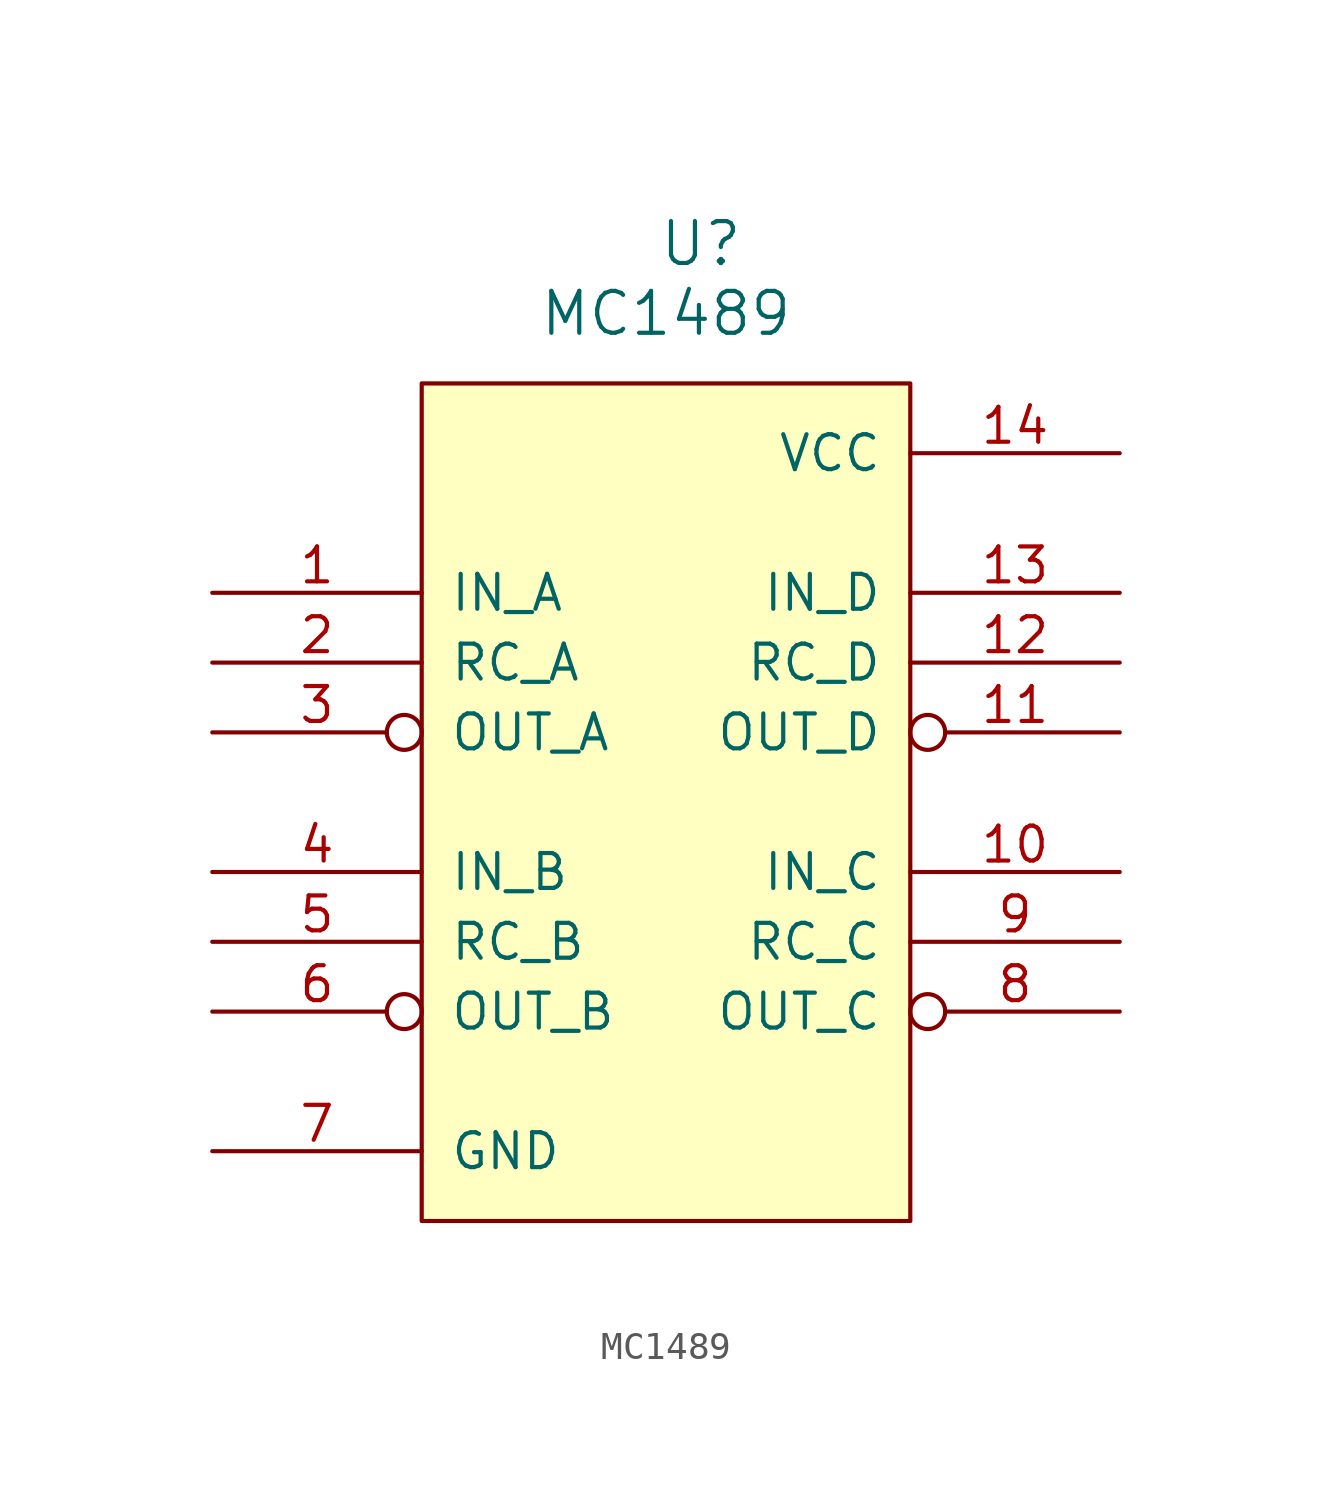
<source format=kicad_sym>
(kicad_symbol_lib
  (version 20211014)
  (generator kicad_symbol_editor)
  (symbol "MC1489"
    (pin_names
      (offset 1.016))
    (property "Reference" "U"
      (at 0 25.4 0)
      (effects (font (size 1.524 1.524))))
    (property "Value" "MC1489"
      (at -1.27 22.86 0)
      (effects (font (size 1.524 1.524))))
    (property "Footprint" ""
      (at 0 0 0)
      (effects (font (size 1.524 1.524))))
    (property "Datasheet" ""
      (at 0 0 0)
      (effects (font (size 1.524 1.524))))
    (symbol "MC1489_0_1"
      (rectangle (start -10.16 20.32) (end 7.62 -10.16) (stroke (width 0) (type default) (color 0 0 0 0)) (fill (type background))))
    (symbol "MC1489_1_1"
      (pin input line (at -17.78 12.7 0) (length 7.62) (name "IN_A" (effects (font (size 1.27 1.27)))) (number "1" (effects (font (size 1.27 1.27)))))
      (pin input line (at 15.24 2.54 180) (length 7.62) (name "IN_C" (effects (font (size 1.27 1.27)))) (number "10" (effects (font (size 1.27 1.27)))))
      (pin output inverted (at 15.24 7.62 180) (length 7.62) (name "OUT_D" (effects (font (size 1.27 1.27)))) (number "11" (effects (font (size 1.27 1.27)))))
      (pin input line (at 15.24 10.16 180) (length 7.62) (name "RC_D" (effects (font (size 1.27 1.27)))) (number "12" (effects (font (size 1.27 1.27)))))
      (pin input line (at 15.24 12.7 180) (length 7.62) (name "IN_D" (effects (font (size 1.27 1.27)))) (number "13" (effects (font (size 1.27 1.27)))))
      (pin power_in line (at 15.24 17.78 180) (length 7.62) (name "VCC" (effects (font (size 1.27 1.27)))) (number "14" (effects (font (size 1.27 1.27)))))
      (pin input line (at -17.78 10.16 0) (length 7.62) (name "RC_A" (effects (font (size 1.27 1.27)))) (number "2" (effects (font (size 1.27 1.27)))))
      (pin output inverted (at -17.78 7.62 0) (length 7.62) (name "OUT_A" (effects (font (size 1.27 1.27)))) (number "3" (effects (font (size 1.27 1.27)))))
      (pin input line (at -17.78 2.54 0) (length 7.62) (name "IN_B" (effects (font (size 1.27 1.27)))) (number "4" (effects (font (size 1.27 1.27)))))
      (pin input line (at -17.78 0 0) (length 7.62) (name "RC_B" (effects (font (size 1.27 1.27)))) (number "5" (effects (font (size 1.27 1.27)))))
      (pin output inverted (at -17.78 -2.54 0) (length 7.62) (name "OUT_B" (effects (font (size 1.27 1.27)))) (number "6" (effects (font (size 1.27 1.27)))))
      (pin power_in line (at -17.78 -7.62 0) (length 7.62) (name "GND" (effects (font (size 1.27 1.27)))) (number "7" (effects (font (size 1.27 1.27)))))
      (pin output inverted (at 15.24 -2.54 180) (length 7.62) (name "OUT_C" (effects (font (size 1.27 1.27)))) (number "8" (effects (font (size 1.27 1.27)))))
      (pin input line (at 15.24 0 180) (length 7.62) (name "RC_C" (effects (font (size 1.27 1.27)))) (number "9" (effects (font (size 1.27 1.27))))))))
</source>
